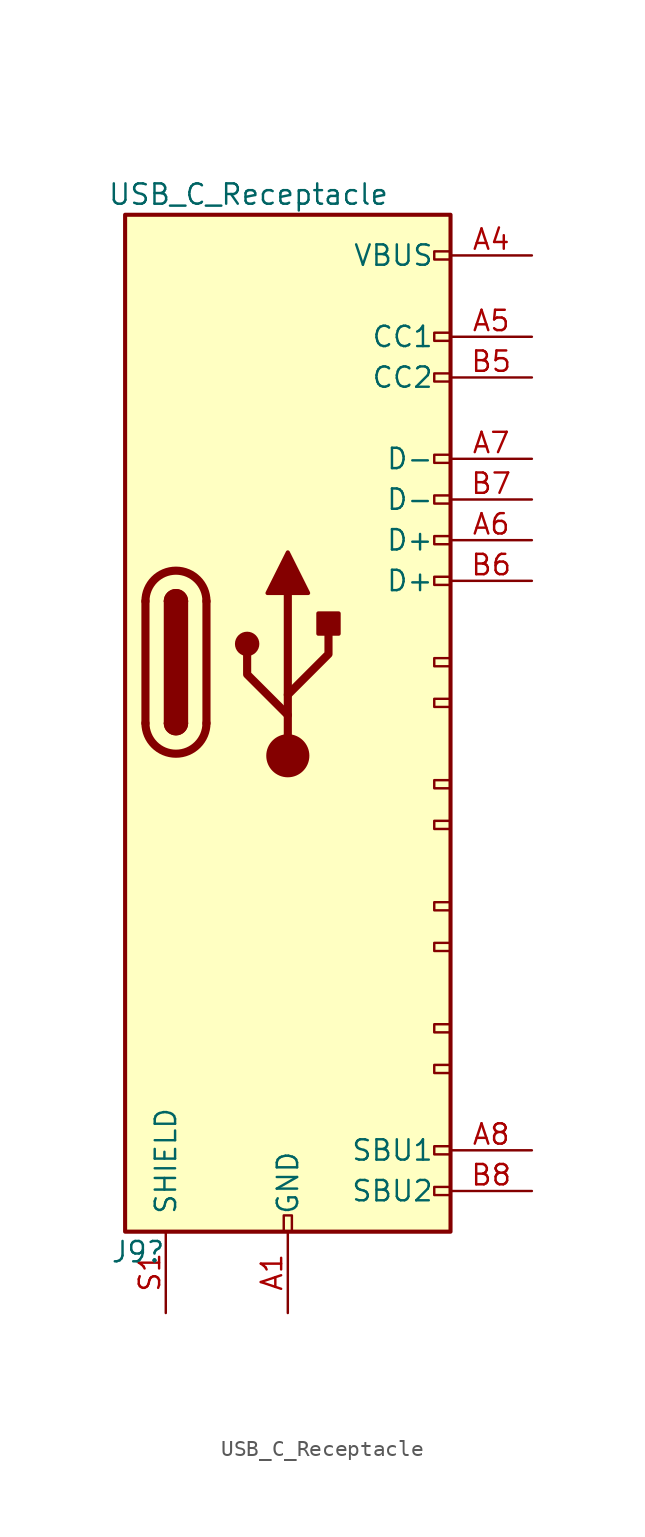
<source format=kicad_sym>
(kicad_symbol_lib
  (version 20220914)
  (generator kicad_symbol_editor)
  (symbol "USB_C_Receptacle"
    (pin_names
      (offset 1.016))
    (property "Reference" "J9"
      (at -7.62 -36.83 0)
      (effects (font (size 1.27 1.27)) (justify right)))
    (property "Value" "USB_C_Receptacle"
      (at 6.35 29.21 0)
      (effects (font (size 1.27 1.27)) (justify right)))
    (symbol "USB_C_Receptacle_0_0"
      (rectangle (start -0.254 -35.56) (end 0.254 -34.544) (stroke (width 0) (type default)) (fill (type none)))
      (rectangle (start 10.16 -32.766) (end 9.144 -33.274) (stroke (width 0) (type default)) (fill (type none)))
      (rectangle (start 10.16 -30.226) (end 9.144 -30.734) (stroke (width 0) (type default)) (fill (type none)))
      (rectangle (start 10.16 -25.146) (end 9.144 -25.654) (stroke (width 0) (type default)) (fill (type none)))
      (rectangle (start 10.16 -22.606) (end 9.144 -23.114) (stroke (width 0) (type default)) (fill (type none)))
      (rectangle (start 10.16 -17.526) (end 9.144 -18.034) (stroke (width 0) (type default)) (fill (type none)))
      (rectangle (start 10.16 -14.986) (end 9.144 -15.494) (stroke (width 0) (type default)) (fill (type none)))
      (rectangle (start 10.16 -9.906) (end 9.144 -10.414) (stroke (width 0) (type default)) (fill (type none)))
      (rectangle (start 10.16 -7.366) (end 9.144 -7.874) (stroke (width 0) (type default)) (fill (type none)))
      (rectangle (start 10.16 -2.286) (end 9.144 -2.794) (stroke (width 0) (type default)) (fill (type none)))
      (rectangle (start 10.16 0.254) (end 9.144 -0.254) (stroke (width 0) (type default)) (fill (type none)))
      (rectangle (start 10.16 5.334) (end 9.144 4.826) (stroke (width 0) (type default)) (fill (type none)))
      (rectangle (start 10.16 7.874) (end 9.144 7.366) (stroke (width 0) (type default)) (fill (type none)))
      (rectangle (start 10.16 10.414) (end 9.144 9.906) (stroke (width 0) (type default)) (fill (type none)))
      (rectangle (start 10.16 12.954) (end 9.144 12.446) (stroke (width 0) (type default)) (fill (type none)))
      (rectangle (start 10.16 18.034) (end 9.144 17.526) (stroke (width 0) (type default)) (fill (type none)))
      (rectangle (start 10.16 20.574) (end 9.144 20.066) (stroke (width 0) (type default)) (fill (type none)))
      (rectangle (start 10.16 25.654) (end 9.144 25.146) (stroke (width 0) (type default)) (fill (type none))))
    (symbol "USB_C_Receptacle_0_1"
      (rectangle (start -10.16 27.94) (end 10.16 -35.56) (stroke (width 0.254) (type default)) (fill (type background)))
      (arc (start -8.89 -3.81) (mid -6.985 -5.7067) (end -5.08 -3.81) (stroke (width 0.508) (type default)) (fill (type none)))
      (arc (start -7.62 -3.81) (mid -6.985 -4.4423) (end -6.35 -3.81) (stroke (width 0.254) (type default)) (fill (type none)))
      (arc (start -7.62 -3.81) (mid -6.985 -4.4423) (end -6.35 -3.81) (stroke (width 0.254) (type default)) (fill (type outline)))
      (rectangle (start -7.62 -3.81) (end -6.35 3.81) (stroke (width 0.254) (type default)) (fill (type outline)))
      (arc (start -6.35 3.81) (mid -6.985 4.4423) (end -7.62 3.81) (stroke (width 0.254) (type default)) (fill (type none)))
      (arc (start -6.35 3.81) (mid -6.985 4.4423) (end -7.62 3.81) (stroke (width 0.254) (type default)) (fill (type outline)))
      (arc (start -5.08 3.81) (mid -6.985 5.7067) (end -8.89 3.81) (stroke (width 0.508) (type default)) (fill (type none)))
      (polyline (pts (xy -8.89 -3.81) (xy -8.89 3.81)) (stroke (width 0.508) (type default)) (fill (type none)))
      (polyline (pts (xy -5.08 3.81) (xy -5.08 -3.81)) (stroke (width 0.508) (type default)) (fill (type none))))
    (symbol "USB_C_Receptacle_1_1"
      (circle (center -2.54 1.143) (radius 0.635) (stroke (width 0.254) (type default)) (fill (type outline)))
      (circle (center 0 -5.842) (radius 1.27) (stroke (width 0) (type default)) (fill (type outline)))
      (polyline (pts (xy 0 -5.842) (xy 0 4.318)) (stroke (width 0.508) (type default)) (fill (type none)))
      (polyline (pts (xy 0 -3.302) (xy -2.54 -0.762) (xy -2.54 0.508)) (stroke (width 0.508) (type default)) (fill (type none)))
      (polyline (pts (xy 0 -2.032) (xy 2.54 0.508) (xy 2.54 1.778)) (stroke (width 0.508) (type default)) (fill (type none)))
      (polyline (pts (xy -1.27 4.318) (xy 0 6.858) (xy 1.27 4.318) (xy -1.27 4.318)) (stroke (width 0.254) (type default)) (fill (type outline)))
      (rectangle (start 1.905 1.778) (end 3.175 3.048) (stroke (width 0.254) (type default)) (fill (type outline)))
      (pin passive line (at 0 -40.64 90) (length 5.08) (name "GND" (effects (font (size 1.27 1.27)))) (number "A1" (effects (font (size 1.27 1.27)))))
      (pin passive line (at 0 -40.64 90) (length 5.08) hide (name "GND" (effects (font (size 1.27 1.27)))) (number "A12" (effects (font (size 1.27 1.27)))))
      (pin passive line (at 15.24 25.4 180) (length 5.08) (name "VBUS" (effects (font (size 1.27 1.27)))) (number "A4" (effects (font (size 1.27 1.27)))))
      (pin bidirectional line (at 15.24 20.32 180) (length 5.08) (name "CC1" (effects (font (size 1.27 1.27)))) (number "A5" (effects (font (size 1.27 1.27)))))
      (pin bidirectional line (at 15.24 7.62 180) (length 5.08) (name "D+" (effects (font (size 1.27 1.27)))) (number "A6" (effects (font (size 1.27 1.27)))))
      (pin bidirectional line (at 15.24 12.7 180) (length 5.08) (name "D-" (effects (font (size 1.27 1.27)))) (number "A7" (effects (font (size 1.27 1.27)))))
      (pin bidirectional line (at 15.24 -30.48 180) (length 5.08) (name "SBU1" (effects (font (size 1.27 1.27)))) (number "A8" (effects (font (size 1.27 1.27)))))
      (pin passive line (at 15.24 25.4 180) (length 5.08) hide (name "VBUS" (effects (font (size 1.27 1.27)))) (number "A9" (effects (font (size 1.27 1.27)))))
      (pin passive line (at 0 -40.64 90) (length 5.08) hide (name "GND" (effects (font (size 1.27 1.27)))) (number "B1" (effects (font (size 1.27 1.27)))))
      (pin passive line (at 0 -40.64 90) (length 5.08) hide (name "GND" (effects (font (size 1.27 1.27)))) (number "B12" (effects (font (size 1.27 1.27)))))
      (pin passive line (at 15.24 25.4 180) (length 5.08) hide (name "VBUS" (effects (font (size 1.27 1.27)))) (number "B4" (effects (font (size 1.27 1.27)))))
      (pin bidirectional line (at 15.24 17.78 180) (length 5.08) (name "CC2" (effects (font (size 1.27 1.27)))) (number "B5" (effects (font (size 1.27 1.27)))))
      (pin bidirectional line (at 15.24 5.08 180) (length 5.08) (name "D+" (effects (font (size 1.27 1.27)))) (number "B6" (effects (font (size 1.27 1.27)))))
      (pin bidirectional line (at 15.24 10.16 180) (length 5.08) (name "D-" (effects (font (size 1.27 1.27)))) (number "B7" (effects (font (size 1.27 1.27)))))
      (pin bidirectional line (at 15.24 -33.02 180) (length 5.08) (name "SBU2" (effects (font (size 1.27 1.27)))) (number "B8" (effects (font (size 1.27 1.27)))))
      (pin passive line (at 15.24 25.4 180) (length 5.08) hide (name "VBUS" (effects (font (size 1.27 1.27)))) (number "B9" (effects (font (size 1.27 1.27)))))
      (pin passive line (at -7.62 -40.64 90) (length 5.08) (name "SHIELD" (effects (font (size 1.27 1.27)))) (number "S1" (effects (font (size 1.27 1.27))))))))
</source>
